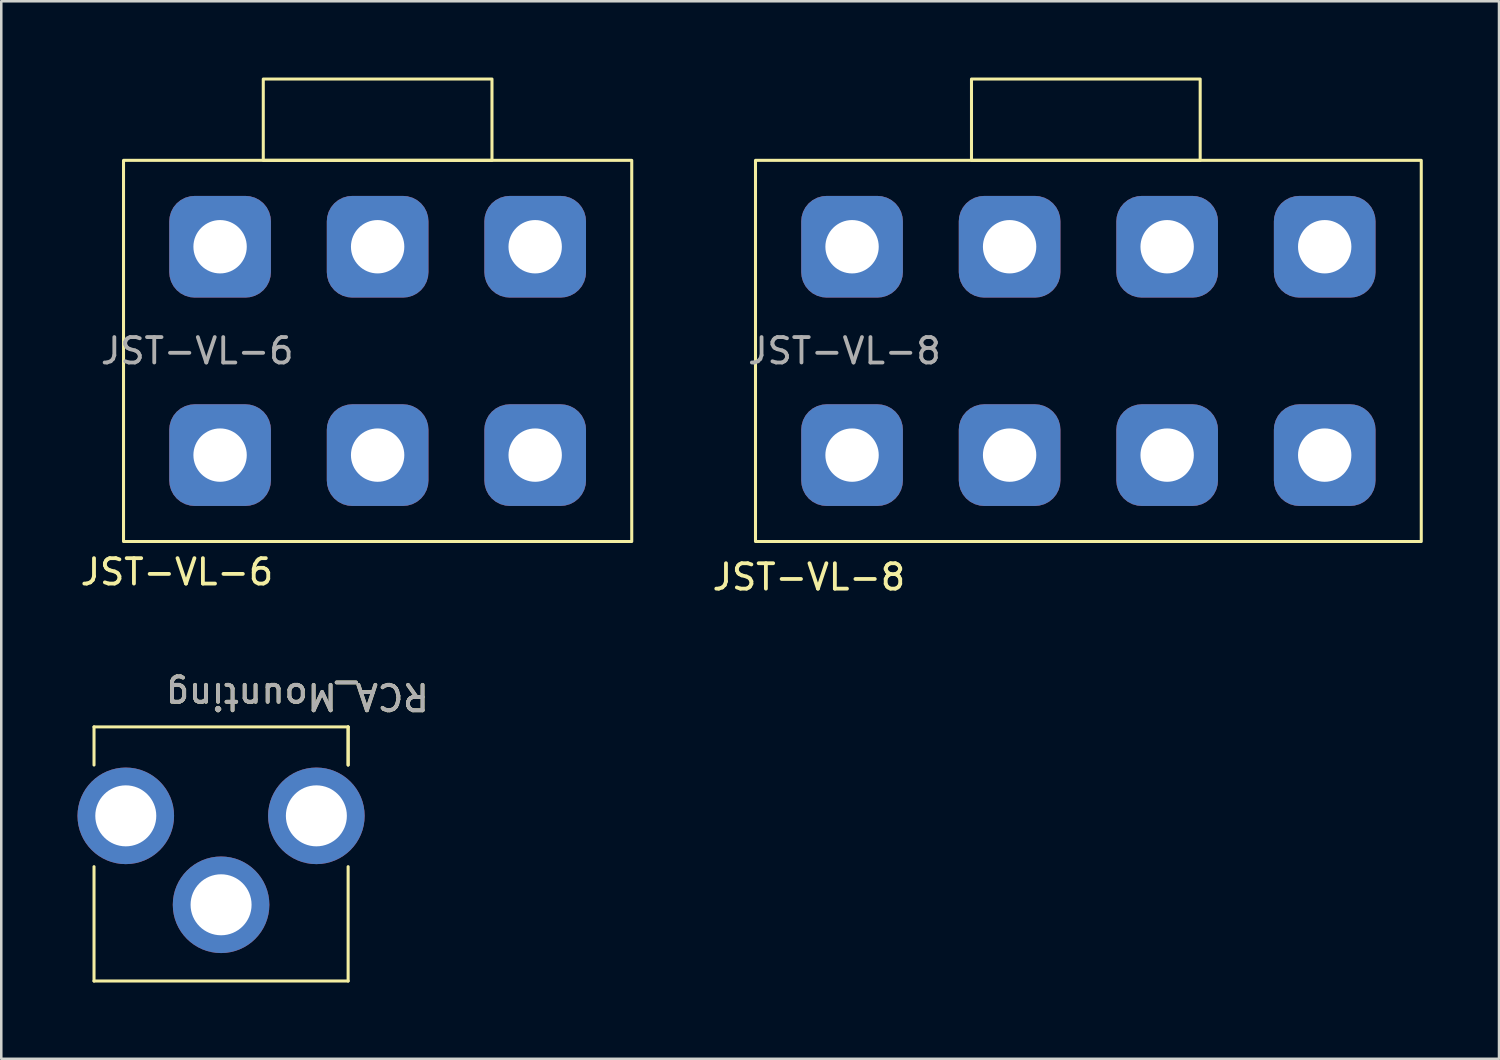
<source format=kicad_pcb>
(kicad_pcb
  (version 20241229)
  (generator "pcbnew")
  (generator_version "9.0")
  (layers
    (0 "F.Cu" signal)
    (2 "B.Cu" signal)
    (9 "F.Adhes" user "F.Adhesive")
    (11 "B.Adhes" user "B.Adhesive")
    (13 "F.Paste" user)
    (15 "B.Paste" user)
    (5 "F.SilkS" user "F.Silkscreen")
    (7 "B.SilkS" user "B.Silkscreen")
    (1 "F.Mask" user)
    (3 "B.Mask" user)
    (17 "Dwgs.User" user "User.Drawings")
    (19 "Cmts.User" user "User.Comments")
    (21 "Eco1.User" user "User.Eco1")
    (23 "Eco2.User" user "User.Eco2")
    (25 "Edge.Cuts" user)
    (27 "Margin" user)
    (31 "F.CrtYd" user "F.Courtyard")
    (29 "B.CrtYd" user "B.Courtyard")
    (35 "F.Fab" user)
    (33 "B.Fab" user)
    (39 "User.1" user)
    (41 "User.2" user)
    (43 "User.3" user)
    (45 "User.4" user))
  (footprint "RCA_Mounting"
    (layer "F.Cu")
    (at 5.65 32.556)
    (property "Reference" "RCA_Mounting" (at 3 -8.2 180) (unlocked yes) (layer "F.SilkS") (effects (font (size 1 1) (thickness 0.15))))
    (attr through_hole)
    (fp_line (start -5 -7) (end 5 -7) (stroke (width 0.12) (type solid)) (layer "F.SilkS"))
    (fp_line (start -5 -5.5) (end -5 -7) (stroke (width 0.12) (type solid)) (layer "F.SilkS"))
    (fp_line (start -5 3) (end -5 -1.5) (stroke (width 0.12) (type solid)) (layer "F.SilkS"))
    (fp_line (start 5 -7) (end 5 -5.5) (stroke (width 0.12) (type solid)) (layer "F.SilkS"))
    (fp_line (start 5 -5.5) (end 5 -7) (stroke (width 0.12) (type solid)) (layer "F.SilkS"))
    (fp_line (start 5 -1.5) (end 5 3) (stroke (width 0.12) (type solid)) (layer "F.SilkS"))
    (fp_line (start 5 3) (end -5 3) (stroke (width 0.12) (type solid)) (layer "F.SilkS"))
    (fp_text user "${REFERENCE}" (at 3 -8.2 180) (unlocked yes) (layer "F.Fab") (effects (font (size 1 1) (thickness 0.15))))
    (pad "1" thru_hole circle (at -3.75 -3.5 90) (size 3.8 3.8) (drill 2.4) (layers "*.Cu" "*.Mask"))
    (pad "2" thru_hole circle (at 3.75 -3.5 90) (size 3.8 3.8) (drill 2.4) (layers "*.Cu" "*.Mask"))
    (pad "3" thru_hole circle (at 0 0 90) (size 3.8 3.8) (drill 2.4) (layers "*.Cu" "*.Mask")))
  (footprint "JST-VL-6"
    (layer "F.Cu")
    (at 11.811 10.76)
    (property "Reference" "JST-VL-6" (at -7.9 8.7 0) (unlocked yes) (layer "F.SilkS") (effects (font (size 1 1) (thickness 0.15))))
    (attr through_hole)
    (fp_rect (start -10 -7.5) (end 10 7.5) (stroke (width 0.12) (type solid)) (fill no) (layer "F.SilkS"))
    (fp_rect (start -4.5 -7.5) (end 4.5 -10.7) (stroke (width 0.12) (type solid)) (fill no) (layer "F.SilkS"))
    (fp_text user "${REFERENCE}" (at -7.1 0 0) (unlocked yes) (layer "F.Fab") (effects (font (size 1 1) (thickness 0.15))))
    (pad "1" thru_hole roundrect (at -6.2 -4.1) (size 4 4) (drill 2.1) (layers "*.Cu" "*.Mask") (roundrect_rratio 0.25))
    (pad "2" thru_hole roundrect (at 0 -4.1) (size 4 4) (drill 2.1) (layers "*.Cu" "*.Mask") (roundrect_rratio 0.25))
    (pad "3" thru_hole roundrect (at 6.2 -4.1) (size 4 4) (drill 2.1) (layers "*.Cu" "*.Mask") (roundrect_rratio 0.25))
    (pad "4" thru_hole roundrect (at -6.2 4.1) (size 4 4) (drill 2.1) (layers "*.Cu" "*.Mask") (roundrect_rratio 0.25))
    (pad "5" thru_hole roundrect (at 0 4.1) (size 4 4) (drill 2.1) (layers "*.Cu" "*.Mask") (roundrect_rratio 0.25))
    (pad "6" thru_hole roundrect (at 6.2 4.1) (size 4 4) (drill 2.1) (layers "*.Cu" "*.Mask") (roundrect_rratio 0.25)))
  (footprint "JST-VL-8"
    (layer "F.Cu")
    (at 39.781 10.76)
    (property "Reference" "JST-VL-8" (at -11 8.9 0) (unlocked yes) (layer "F.SilkS") (effects (font (size 1 1) (thickness 0.15))))
    (attr through_hole)
    (fp_rect (start -13.1 -7.5) (end 13.1 7.5) (stroke (width 0.12) (type solid)) (fill no) (layer "F.SilkS"))
    (fp_rect (start -4.6 -7.5) (end 4.4 -10.7) (stroke (width 0.12) (type solid)) (fill no) (layer "F.SilkS"))
    (fp_text user "${REFERENCE}" (at -9.6 0 0) (unlocked yes) (layer "F.Fab") (effects (font (size 1 1) (thickness 0.15))))
    (pad "1" thru_hole roundrect (at -9.3 -4.1) (size 4 4) (drill 2.1) (layers "*.Cu" "*.Mask") (roundrect_rratio 0.25))
    (pad "2" thru_hole roundrect (at -3.1 -4.1) (size 4 4) (drill 2.1) (layers "*.Cu" "*.Mask") (roundrect_rratio 0.25))
    (pad "3" thru_hole roundrect (at 3.1 -4.1) (size 4 4) (drill 2.1) (layers "*.Cu" "*.Mask") (roundrect_rratio 0.25))
    (pad "4" thru_hole roundrect (at 9.3 -4.1) (size 4 4) (drill 2.1) (layers "*.Cu" "*.Mask") (roundrect_rratio 0.25))
    (pad "5" thru_hole roundrect (at -9.3 4.1) (size 4 4) (drill 2.1) (layers "*.Cu" "*.Mask") (roundrect_rratio 0.25))
    (pad "6" thru_hole roundrect (at -3.1 4.1) (size 4 4) (drill 2.1) (layers "*.Cu" "*.Mask") (roundrect_rratio 0.25))
    (pad "7" thru_hole roundrect (at 3.1 4.1) (size 4 4) (drill 2.1) (layers "*.Cu" "*.Mask") (roundrect_rratio 0.25))
    (pad "8" thru_hole roundrect (at 9.3 4.1) (size 4 4) (drill 2.1) (layers "*.Cu" "*.Mask") (roundrect_rratio 0.25)))
  (gr_rect
    (start -3 -3)
    (end 55.941 38.617)
    (stroke (width 0.1) (type default))
    (fill no)
    (layer "Edge.Cuts")))
</source>
